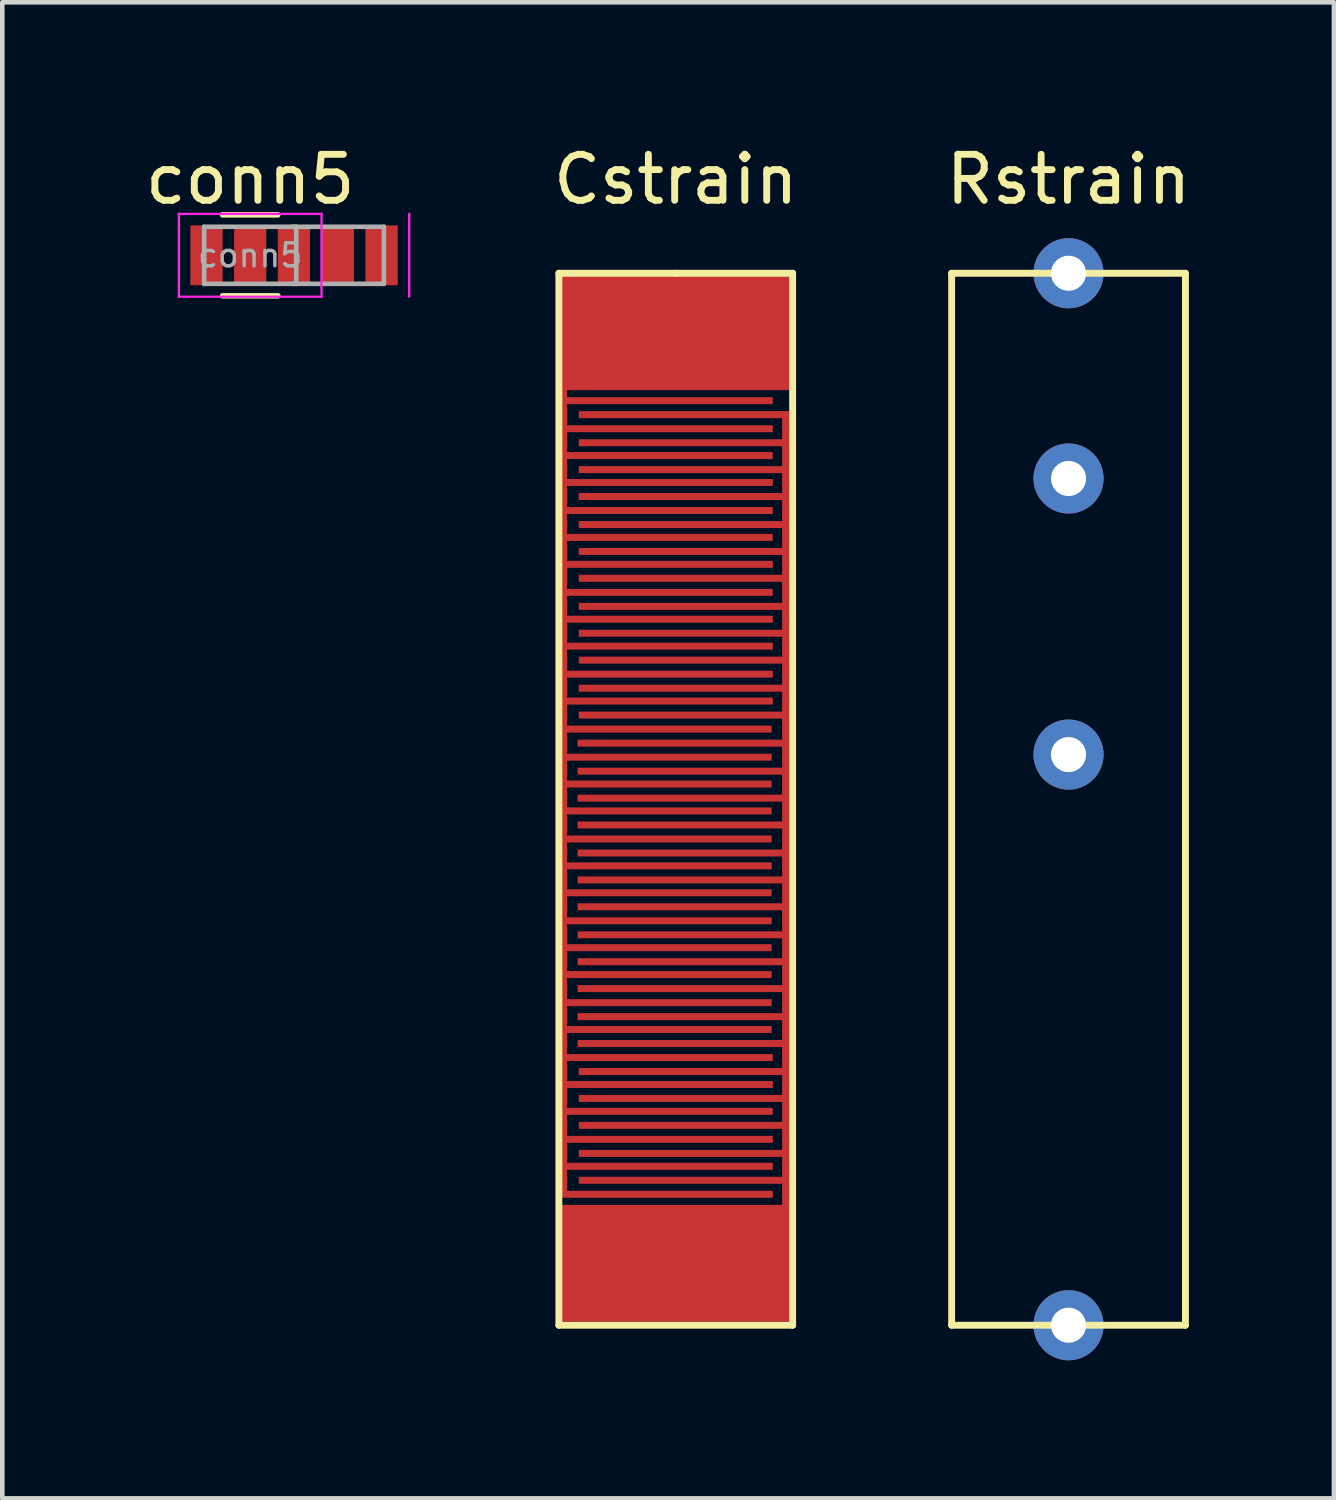
<source format=kicad_pcb>
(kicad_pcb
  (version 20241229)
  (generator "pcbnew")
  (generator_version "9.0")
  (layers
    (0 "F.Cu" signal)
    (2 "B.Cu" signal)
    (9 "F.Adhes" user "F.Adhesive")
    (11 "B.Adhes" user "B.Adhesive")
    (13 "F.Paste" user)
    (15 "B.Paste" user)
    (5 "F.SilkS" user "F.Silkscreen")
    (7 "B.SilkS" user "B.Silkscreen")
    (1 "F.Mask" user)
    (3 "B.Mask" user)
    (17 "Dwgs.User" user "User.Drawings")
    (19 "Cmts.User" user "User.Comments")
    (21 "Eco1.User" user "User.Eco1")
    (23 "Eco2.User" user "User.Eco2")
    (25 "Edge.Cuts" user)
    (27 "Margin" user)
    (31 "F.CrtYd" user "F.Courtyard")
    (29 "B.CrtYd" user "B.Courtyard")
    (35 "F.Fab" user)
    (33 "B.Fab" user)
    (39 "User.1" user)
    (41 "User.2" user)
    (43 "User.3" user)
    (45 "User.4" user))
  (footprint "Cstrain"
    (layer "F.Cu")
    (at 11.635 0.348)
    (property "Reference" "Cstrain" (at 0 0.5 0) (layer "F.SilkS") (effects (font (size 1 1) (thickness 0.15))))
    (attr through_hole)
    (fp_line (start -2.54 2.54) (end 0 2.54) (stroke (width 0.15) (type solid)) (layer "F.SilkS"))
    (fp_line (start -2.54 25.4) (end -2.54 2.54) (stroke (width 0.15) (type solid)) (layer "F.SilkS"))
    (fp_line (start 0 2.54) (end 2.54 2.54) (stroke (width 0.15) (type solid)) (layer "F.SilkS"))
    (fp_line (start 2.54 2.54) (end 2.54 25.4) (stroke (width 0.15) (type solid)) (layer "F.SilkS"))
    (fp_line (start 2.54 25.4) (end -2.54 25.4) (stroke (width 0.15) (type solid)) (layer "F.SilkS"))
    (pad "1" smd rect (at -2.438 13.691 180) (size 0.152 17.78) (layers "F.Cu"))
    (pad "1" smd rect (at -0.203 12.446 90) (size 0.152 4.572) (layers "F.Cu"))
    (pad "1" smd rect (at -0.203 13.056 90) (size 0.152 4.572) (layers "F.Cu"))
    (pad "1" smd rect (at -0.203 13.64 90) (size 0.152 4.572) (layers "F.Cu"))
    (pad "1" smd rect (at -0.203 14.224 90) (size 0.152 4.572) (layers "F.Cu"))
    (pad "1" smd rect (at -0.203 14.834 90) (size 0.152 4.572) (layers "F.Cu"))
    (pad "1" smd rect (at -0.203 15.418 90) (size 0.152 4.572) (layers "F.Cu"))
    (pad "1" smd rect (at -0.203 16.002 90) (size 0.152 4.572) (layers "F.Cu"))
    (pad "1" smd rect (at -0.203 16.612 90) (size 0.152 4.572) (layers "F.Cu"))
    (pad "1" smd rect (at -0.203 17.196 90) (size 0.152 4.572) (layers "F.Cu"))
    (pad "1" smd rect (at -0.203 17.78 90) (size 0.152 4.572) (layers "F.Cu"))
    (pad "1" smd rect (at -0.203 18.39 90) (size 0.152 4.572) (layers "F.Cu"))
    (pad "1" smd rect (at -0.203 18.974 90) (size 0.152 4.572) (layers "F.Cu"))
    (pad "1" smd rect (at -0.178 5.309 90) (size 0.152 4.572) (layers "F.Cu"))
    (pad "1" smd rect (at -0.178 5.918 90) (size 0.152 4.572) (layers "F.Cu"))
    (pad "1" smd rect (at -0.178 6.502 90) (size 0.152 4.572) (layers "F.Cu"))
    (pad "1" smd rect (at -0.178 7.087 90) (size 0.152 4.572) (layers "F.Cu"))
    (pad "1" smd rect (at -0.178 7.696 90) (size 0.152 4.572) (layers "F.Cu"))
    (pad "1" smd rect (at -0.178 8.28 270) (size 0.152 4.572) (layers "F.Cu"))
    (pad "1" smd rect (at -0.178 8.865 90) (size 0.152 4.572) (layers "F.Cu"))
    (pad "1" smd rect (at -0.178 9.474 90) (size 0.152 4.572) (layers "F.Cu"))
    (pad "1" smd rect (at -0.178 10.058 90) (size 0.152 4.572) (layers "F.Cu"))
    (pad "1" smd rect (at -0.178 10.643 90) (size 0.152 4.572) (layers "F.Cu"))
    (pad "1" smd rect (at -0.178 11.252 90) (size 0.152 4.572) (layers "F.Cu"))
    (pad "1" smd rect (at -0.178 11.836 90) (size 0.152 4.572) (layers "F.Cu"))
    (pad "1" smd rect (at -0.178 19.583 90) (size 0.152 4.572) (layers "F.Cu"))
    (pad "1" smd rect (at -0.178 20.168 90) (size 0.152 4.572) (layers "F.Cu"))
    (pad "1" smd rect (at -0.178 20.752 90) (size 0.152 4.572) (layers "F.Cu"))
    (pad "1" smd rect (at -0.178 21.361 90) (size 0.152 4.572) (layers "F.Cu"))
    (pad "1" smd rect (at -0.178 21.946 90) (size 0.152 4.572) (layers "F.Cu"))
    (pad "1" smd rect (at -0.178 22.555 90) (size 0.152 4.572) (layers "F.Cu"))
    (pad "1" smd rect (at 0 3.81 90) (size 2.54 5.08) (layers "F.Cu" "F.Mask"))
    (pad "2" smd rect (at 0 24.054 90) (size 2.54 5.08) (layers "F.Cu" "F.Mask"))
    (pad "2" smd rect (at 0.152 12.751 90) (size 0.152 4.572) (layers "F.Cu"))
    (pad "2" smd rect (at 0.152 13.36 90) (size 0.152 4.572) (layers "F.Cu"))
    (pad "2" smd rect (at 0.152 13.945 90) (size 0.152 4.572) (layers "F.Cu"))
    (pad "2" smd rect (at 0.152 14.529 90) (size 0.152 4.572) (layers "F.Cu"))
    (pad "2" smd rect (at 0.152 15.138 90) (size 0.152 4.572) (layers "F.Cu"))
    (pad "2" smd rect (at 0.152 15.723 90) (size 0.152 4.572) (layers "F.Cu"))
    (pad "2" smd rect (at 0.152 16.307 90) (size 0.152 4.572) (layers "F.Cu"))
    (pad "2" smd rect (at 0.152 16.916 90) (size 0.152 4.572) (layers "F.Cu"))
    (pad "2" smd rect (at 0.152 17.501 90) (size 0.152 4.572) (layers "F.Cu"))
    (pad "2" smd rect (at 0.152 18.085 90) (size 0.152 4.572) (layers "F.Cu"))
    (pad "2" smd rect (at 0.152 18.694 90) (size 0.152 4.572) (layers "F.Cu"))
    (pad "2" smd rect (at 0.152 19.279 90) (size 0.152 4.572) (layers "F.Cu"))
    (pad "2" smd rect (at 0.178 5.613 90) (size 0.152 4.572) (layers "F.Cu"))
    (pad "2" smd rect (at 0.178 6.223 90) (size 0.152 4.572) (layers "F.Cu"))
    (pad "2" smd rect (at 0.178 6.807 90) (size 0.152 4.572) (layers "F.Cu"))
    (pad "2" smd rect (at 0.178 7.391 90) (size 0.152 4.572) (layers "F.Cu"))
    (pad "2" smd rect (at 0.178 8.001 90) (size 0.152 4.572) (layers "F.Cu"))
    (pad "2" smd rect (at 0.178 8.585 90) (size 0.152 4.572) (layers "F.Cu"))
    (pad "2" smd rect (at 0.178 9.169 90) (size 0.152 4.572) (layers "F.Cu"))
    (pad "2" smd rect (at 0.178 9.779 90) (size 0.152 4.572) (layers "F.Cu"))
    (pad "2" smd rect (at 0.178 10.363 90) (size 0.152 4.572) (layers "F.Cu"))
    (pad "2" smd rect (at 0.178 10.947 90) (size 0.152 4.572) (layers "F.Cu"))
    (pad "2" smd rect (at 0.178 11.557 90) (size 0.152 4.572) (layers "F.Cu"))
    (pad "2" smd rect (at 0.178 12.141 90) (size 0.152 4.572) (layers "F.Cu"))
    (pad "2" smd rect (at 0.178 19.888 90) (size 0.152 4.572) (layers "F.Cu"))
    (pad "2" smd rect (at 0.178 20.472 90) (size 0.152 4.572) (layers "F.Cu"))
    (pad "2" smd rect (at 0.178 21.057 90) (size 0.152 4.572) (layers "F.Cu"))
    (pad "2" smd rect (at 0.178 21.666 90) (size 0.152 4.572) (layers "F.Cu"))
    (pad "2" smd rect (at 0.178 22.25 90) (size 0.152 4.572) (layers "F.Cu"))
    (pad "2" smd rect (at 2.388 14.427 180) (size 0.152 17.78) (layers "F.Cu")))
  (footprint "Rstrain"
    (layer "F.Cu")
    (at 20.17 0.348)
    (property "Reference" "Rstrain" (at 0 0.5 0) (layer "F.SilkS") (effects (font (size 1 1) (thickness 0.15))))
    (attr through_hole)
    (fp_line (start -2.54 2.54) (end 0 2.54) (stroke (width 0.15) (type solid)) (layer "F.SilkS"))
    (fp_line (start -2.54 25.4) (end -2.54 2.54) (stroke (width 0.15) (type solid)) (layer "F.SilkS"))
    (fp_line (start 0 2.54) (end 2.54 2.54) (stroke (width 0.15) (type solid)) (layer "F.SilkS"))
    (fp_line (start 2.54 2.54) (end 2.54 25.4) (stroke (width 0.15) (type solid)) (layer "F.SilkS"))
    (fp_line (start 2.54 25.4) (end -2.54 25.4) (stroke (width 0.15) (type solid)) (layer "F.SilkS"))
    (pad "1" thru_hole circle (at 0 2.54) (size 1.524 1.524) (drill 0.762) (layers "*.Cu" "*.Mask"))
    (pad "2" thru_hole circle (at 0 25.4) (size 1.524 1.524) (drill 0.762) (layers "*.Cu" "*.Mask"))
    (pad "3" thru_hole circle (at 0 7) (size 1.524 1.524) (drill 0.762) (layers "*.Cu" "*.Mask"))
    (pad "4" thru_hole circle (at 0 13) (size 1.524 1.524) (drill 0.762) (layers "*.Cu" "*.Mask")))
  (footprint "conn5"
    (layer "F.Cu")
    (at 2.387 2.498)
    (property "Reference" "conn5" (at 0 -1.65 0) (layer "F.SilkS") (effects (font (size 1 1) (thickness 0.15))))
    (attr smd)
    (fp_line (start -0.6 -0.88) (end 0.6 -0.88) (stroke (width 0.12) (type solid)) (layer "F.SilkS"))
    (fp_line (start 0.6 0.88) (end -0.6 0.88) (stroke (width 0.12) (type solid)) (layer "F.SilkS"))
    (fp_line (start -1.55 -0.9) (end -1.55 0.9) (stroke (width 0.05) (type solid)) (layer "F.CrtYd"))
    (fp_line (start -1.55 -0.9) (end 1.55 -0.9) (stroke (width 0.05) (type solid)) (layer "F.CrtYd"))
    (fp_line (start 1.55 0.9) (end -1.55 0.9) (stroke (width 0.05) (type solid)) (layer "F.CrtYd"))
    (fp_line (start 1.55 0.9) (end 1.55 -0.9) (stroke (width 0.05) (type solid)) (layer "F.CrtYd"))
    (fp_line (start 3.455 0.9) (end 3.455 -0.9) (stroke (width 0.05) (type solid)) (layer "F.CrtYd"))
    (fp_line (start -1 -0.62) (end 1 -0.62) (stroke (width 0.1) (type solid)) (layer "F.Fab"))
    (fp_line (start -1 0.62) (end -1 -0.62) (stroke (width 0.1) (type solid)) (layer "F.Fab"))
    (fp_line (start 0.905 -0.62) (end 2.905 -0.62) (stroke (width 0.1) (type solid)) (layer "F.Fab"))
    (fp_line (start 1 -0.62) (end 1 0.62) (stroke (width 0.1) (type solid)) (layer "F.Fab"))
    (fp_line (start 1 0.62) (end -1 0.62) (stroke (width 0.1) (type solid)) (layer "F.Fab"))
    (fp_line (start 2.905 -0.62) (end 2.905 0.62) (stroke (width 0.1) (type solid)) (layer "F.Fab"))
    (fp_line (start 2.905 0.62) (end 0.905 0.62) (stroke (width 0.1) (type solid)) (layer "F.Fab"))
    (fp_text user "${REFERENCE}" (at 0 0 0) (layer "F.Fab") (effects (font (size 0.5 0.5) (thickness 0.075))))
    (pad "1" smd rect (at -0.95 0) (size 0.7 1.3) (layers "F.Cu" "F.Mask" "F.Paste"))
    (pad "2" smd rect (at 0 0) (size 0.7 1.3) (layers "F.Cu" "F.Mask" "F.Paste"))
    (pad "3" smd rect (at 0.95 0) (size 0.7 1.3) (layers "F.Cu" "F.Mask" "F.Paste"))
    (pad "4" smd rect (at 1.905 0) (size 0.7 1.3) (layers "F.Cu" "F.Mask" "F.Paste"))
    (pad "5" smd rect (at 2.855 0) (size 0.7 1.3) (layers "F.Cu" "F.Mask" "F.Paste")))
  (gr_rect
    (start -3 -3)
    (end 25.938 29.51)
    (stroke (width 0.1) (type default))
    (fill no)
    (layer "Edge.Cuts")))
</source>
